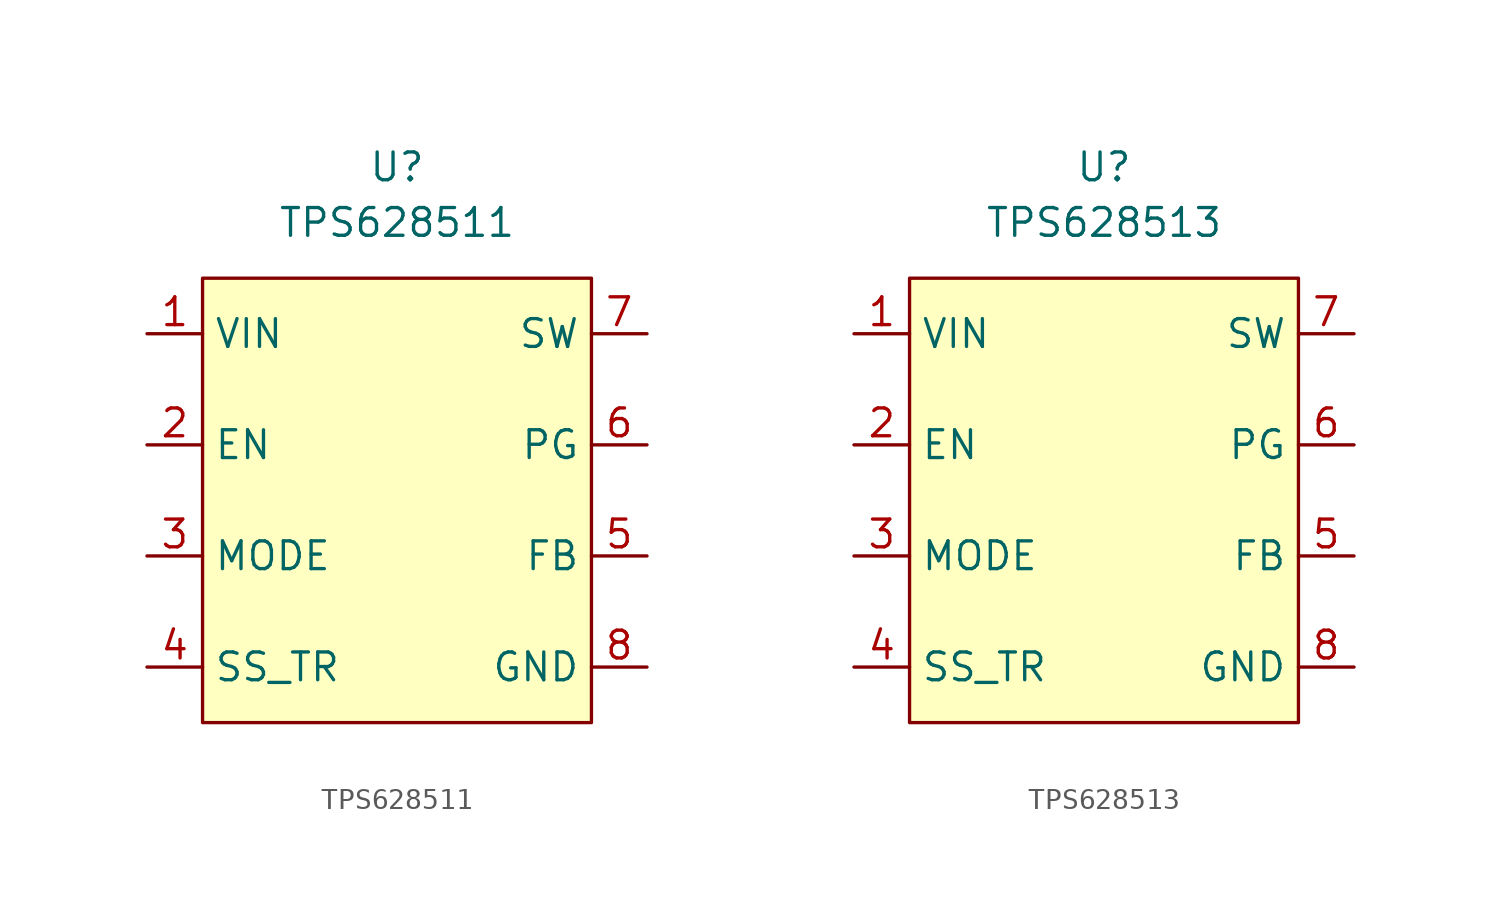
<source format=kicad_sym>
(kicad_symbol_lib
  (version 20220914)
  (generator kicad_symbol_editor)
  (symbol "TPS628511"
    (property "Reference" "U"
      (at 0 15.24 0)
      (effects (font (size 1.27 1.27))))
    (property "Value" "TPS628511"
      (at 0 12.7 0)
      (effects (font (size 1.27 1.27))))
    (symbol "TPS628511_1_1"
      (rectangle (start -8.89 10.16) (end 8.89 -10.16) (stroke (width 0) (type default)) (fill (type background)))
      (pin power_in line (at -11.43 7.62 0) (length 2.54) (name "VIN" (effects (font (size 1.27 1.27)))) (number "1" (effects (font (size 1.27 1.27)))))
      (pin input line (at -11.43 2.54 0) (length 2.54) (name "EN" (effects (font (size 1.27 1.27)))) (number "2" (effects (font (size 1.27 1.27)))))
      (pin input line (at -11.43 -2.54 0) (length 2.54) (name "MODE" (effects (font (size 1.27 1.27)))) (number "3" (effects (font (size 1.27 1.27)))))
      (pin input line (at -11.43 -7.62 0) (length 2.54) (name "SS_TR" (effects (font (size 1.27 1.27)))) (number "4" (effects (font (size 1.27 1.27)))))
      (pin input line (at 11.43 -2.54 180) (length 2.54) (name "FB" (effects (font (size 1.27 1.27)))) (number "5" (effects (font (size 1.27 1.27)))))
      (pin output line (at 11.43 2.54 180) (length 2.54) (name "PG" (effects (font (size 1.27 1.27)))) (number "6" (effects (font (size 1.27 1.27)))))
      (pin power_out line (at 11.43 7.62 180) (length 2.54) (name "SW" (effects (font (size 1.27 1.27)))) (number "7" (effects (font (size 1.27 1.27)))))
      (pin power_in line (at 11.43 -7.62 180) (length 2.54) (name "GND" (effects (font (size 1.27 1.27)))) (number "8" (effects (font (size 1.27 1.27)))))))
  (symbol "TPS628513"
    (property "Reference" "U"
      (at 0 15.24 0)
      (effects (font (size 1.27 1.27))))
    (property "Value" "TPS628513"
      (at 0 12.7 0)
      (effects (font (size 1.27 1.27))))
    (symbol "TPS628513_1_1"
      (rectangle (start -8.89 10.16) (end 8.89 -10.16) (stroke (width 0) (type default)) (fill (type background)))
      (pin power_in line (at -11.43 7.62 0) (length 2.54) (name "VIN" (effects (font (size 1.27 1.27)))) (number "1" (effects (font (size 1.27 1.27)))))
      (pin input line (at -11.43 2.54 0) (length 2.54) (name "EN" (effects (font (size 1.27 1.27)))) (number "2" (effects (font (size 1.27 1.27)))))
      (pin input line (at -11.43 -2.54 0) (length 2.54) (name "MODE" (effects (font (size 1.27 1.27)))) (number "3" (effects (font (size 1.27 1.27)))))
      (pin input line (at -11.43 -7.62 0) (length 2.54) (name "SS_TR" (effects (font (size 1.27 1.27)))) (number "4" (effects (font (size 1.27 1.27)))))
      (pin input line (at 11.43 -2.54 180) (length 2.54) (name "FB" (effects (font (size 1.27 1.27)))) (number "5" (effects (font (size 1.27 1.27)))))
      (pin output line (at 11.43 2.54 180) (length 2.54) (name "PG" (effects (font (size 1.27 1.27)))) (number "6" (effects (font (size 1.27 1.27)))))
      (pin power_out line (at 11.43 7.62 180) (length 2.54) (name "SW" (effects (font (size 1.27 1.27)))) (number "7" (effects (font (size 1.27 1.27)))))
      (pin power_in line (at 11.43 -7.62 180) (length 2.54) (name "GND" (effects (font (size 1.27 1.27)))) (number "8" (effects (font (size 1.27 1.27))))))))
</source>
